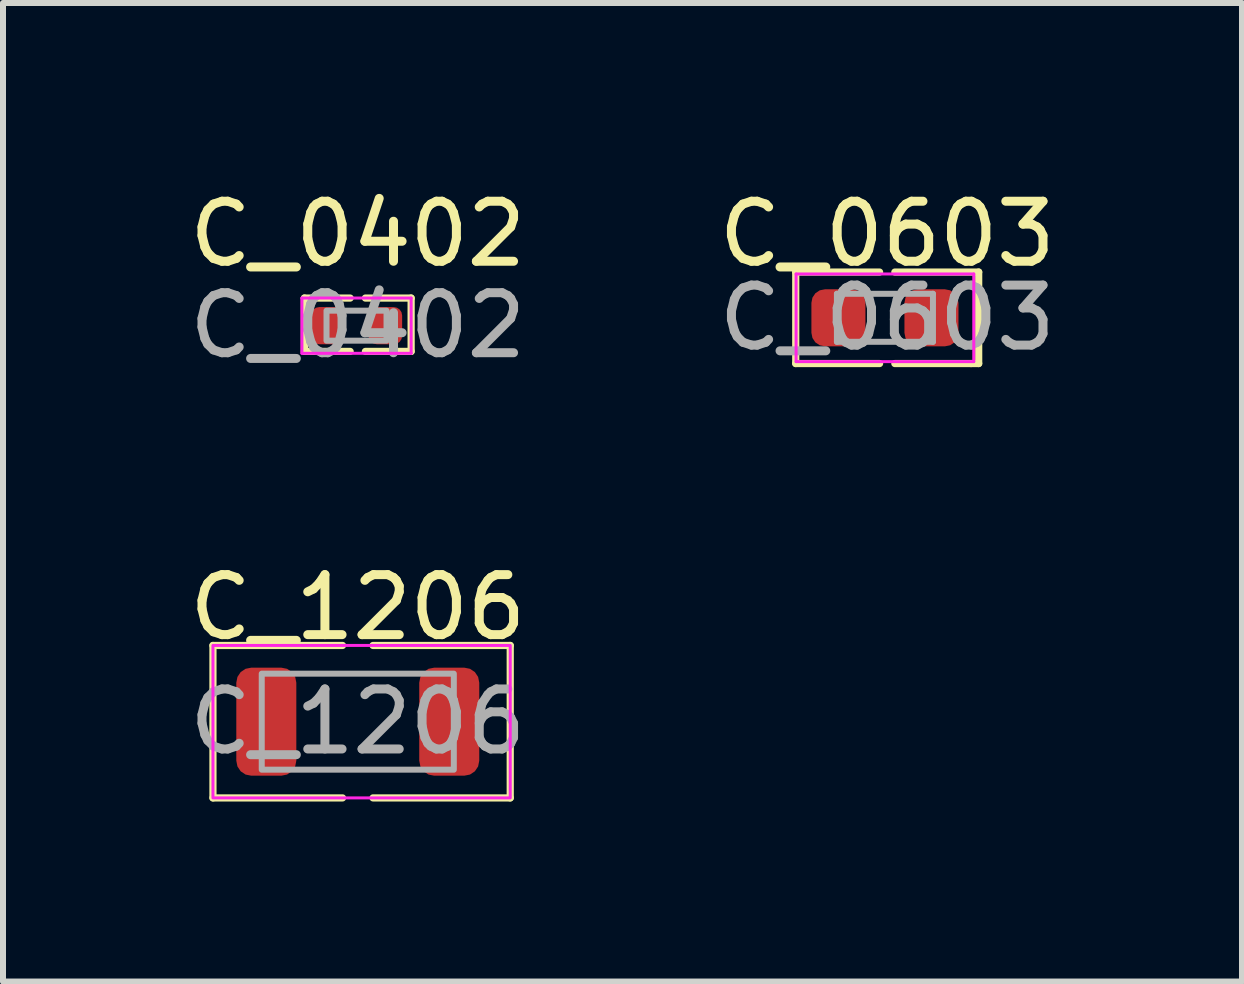
<source format=kicad_pcb>
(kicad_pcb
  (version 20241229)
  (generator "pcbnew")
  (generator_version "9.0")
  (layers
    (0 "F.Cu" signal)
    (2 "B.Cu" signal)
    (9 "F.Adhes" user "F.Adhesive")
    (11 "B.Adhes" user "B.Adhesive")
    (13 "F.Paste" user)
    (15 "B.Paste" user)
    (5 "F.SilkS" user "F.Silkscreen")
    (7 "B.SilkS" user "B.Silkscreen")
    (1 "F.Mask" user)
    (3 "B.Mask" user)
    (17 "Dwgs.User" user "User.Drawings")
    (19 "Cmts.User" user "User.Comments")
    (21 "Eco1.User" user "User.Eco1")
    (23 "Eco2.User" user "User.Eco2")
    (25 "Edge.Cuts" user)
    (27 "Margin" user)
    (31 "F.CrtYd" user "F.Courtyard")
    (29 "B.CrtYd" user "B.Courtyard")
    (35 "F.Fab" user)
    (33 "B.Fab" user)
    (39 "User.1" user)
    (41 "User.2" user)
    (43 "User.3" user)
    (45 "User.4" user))
  (footprint "C_1206"
    (layer "F.Cu")
    (at 2.911 8.974)
    (property "Reference" "C_1206" (at 0 -1.905 0) (unlocked yes) (layer "F.SilkS") (effects (font (size 1 1) (thickness 0.15))))
    (attr smd)
    (fp_line (start -2.413 1.27) (end -2.413 -1.27) (stroke (width 0.12) (type default)) (layer "F.SilkS"))
    (fp_line (start -2.413 1.27) (end -0.254 1.27) (stroke (width 0.12) (type default)) (layer "F.SilkS"))
    (fp_line (start -0.254 -1.27) (end -2.413 -1.27) (stroke (width 0.12) (type default)) (layer "F.SilkS"))
    (fp_line (start 0.254 -1.27) (end 2.54 -1.27) (stroke (width 0.12) (type default)) (layer "F.SilkS"))
    (fp_line (start 2.54 -1.27) (end 2.54 1.27) (stroke (width 0.12) (type default)) (layer "F.SilkS"))
    (fp_line (start 2.54 1.27) (end 0.254 1.27) (stroke (width 0.12) (type default)) (layer "F.SilkS"))
    (fp_rect (start -2.413 -1.27) (end 2.54 1.27) (stroke (width 0.05) (type default)) (fill no) (layer "F.CrtYd"))
    (fp_rect (start -1.6 -0.8) (end 1.6 0.8) (stroke (width 0.1) (type default)) (fill no) (layer "F.Fab"))
    (fp_text user "${REFERENCE}" (at 0 0 0) (unlocked yes) (layer "F.Fab") (effects (font (size 1 1) (thickness 0.15))))
    (pad "1" smd roundrect (at -1.524 0) (size 1 1.8) (layers "F.Cu" "F.Mask" "F.Paste") (roundrect_rratio 0.25))
    (pad "2" smd roundrect (at 1.524 0) (size 1 1.8) (layers "F.Cu" "F.Mask" "F.Paste") (roundrect_rratio 0.25)))
  (footprint "C_0603"
    (layer "F.Cu")
    (at 11.732 2.245)
    (property "Reference" "C_0603" (at 0 -1.397 0) (unlocked yes) (layer "F.SilkS") (effects (font (size 1 1) (thickness 0.15))))
    (attr smd)
    (fp_line (start -1.524 -0.762) (end -1.524 0.762) (stroke (width 0.12) (type default)) (layer "F.SilkS"))
    (fp_line (start -1.524 0.762) (end -0.127 0.762) (stroke (width 0.12) (type default)) (layer "F.SilkS"))
    (fp_line (start -0.127 -0.762) (end -1.524 -0.762) (stroke (width 0.12) (type default)) (layer "F.SilkS"))
    (fp_line (start 0.127 0.762) (end 1.397 0.762) (stroke (width 0.12) (type default)) (layer "F.SilkS"))
    (fp_line (start 1.397 0.762) (end 1.524 0.762) (stroke (width 0.12) (type default)) (layer "F.SilkS"))
    (fp_line (start 1.524 -0.762) (end 0.127 -0.762) (stroke (width 0.12) (type default)) (layer "F.SilkS"))
    (fp_line (start 1.524 0.762) (end 1.524 -0.762) (stroke (width 0.12) (type default)) (layer "F.SilkS"))
    (fp_line (start -1.518 -0.73) (end 1.442 -0.73) (stroke (width 0.05) (type solid)) (layer "F.CrtYd"))
    (fp_line (start -1.518 0.73) (end -1.518 -0.73) (stroke (width 0.05) (type solid)) (layer "F.CrtYd"))
    (fp_line (start 1.442 -0.73) (end 1.442 0.73) (stroke (width 0.05) (type solid)) (layer "F.CrtYd"))
    (fp_line (start 1.442 0.73) (end -1.518 0.73) (stroke (width 0.05) (type solid)) (layer "F.CrtYd"))
    (fp_line (start -0.838 -0.4) (end 0.762 -0.4) (stroke (width 0.1) (type solid)) (layer "F.Fab"))
    (fp_line (start -0.838 0.4) (end -0.838 -0.4) (stroke (width 0.1) (type solid)) (layer "F.Fab"))
    (fp_line (start 0.762 -0.4) (end 0.762 0.4) (stroke (width 0.1) (type solid)) (layer "F.Fab"))
    (fp_line (start 0.762 0.4) (end -0.838 0.4) (stroke (width 0.1) (type solid)) (layer "F.Fab"))
    (fp_text user "${REFERENCE}" (at 0 0 0) (unlocked yes) (layer "F.Fab") (effects (font (size 1 1) (thickness 0.15))))
    (pad "1" smd roundrect (at -0.813 0) (size 0.9 0.95) (layers "F.Cu" "F.Mask" "F.Paste") (roundrect_rratio 0.25))
    (pad "2" smd roundrect (at 0.737 0) (size 0.9 0.95) (layers "F.Cu" "F.Mask" "F.Paste") (roundrect_rratio 0.25)))
  (footprint "C_0402"
    (layer "F.Cu")
    (at 2.911 2.372)
    (property "Reference" "C_0402" (at 0 -1.524 0) (unlocked yes) (layer "F.SilkS") (effects (font (size 1 1) (thickness 0.15))))
    (attr smd)
    (fp_line (start -0.889 -0.456) (end -0.889 0.433) (stroke (width 0.12) (type default)) (layer "F.SilkS"))
    (fp_line (start -0.889 0.433) (end -0.127 0.433) (stroke (width 0.12) (type default)) (layer "F.SilkS"))
    (fp_line (start -0.127 -0.456) (end -0.889 -0.456) (stroke (width 0.12) (type default)) (layer "F.SilkS"))
    (fp_line (start 0.127 0.433) (end 0.889 0.433) (stroke (width 0.12) (type default)) (layer "F.SilkS"))
    (fp_line (start 0.889 -0.456) (end 0.127 -0.456) (stroke (width 0.12) (type default)) (layer "F.SilkS"))
    (fp_line (start 0.889 0.433) (end 0.889 -0.456) (stroke (width 0.12) (type default)) (layer "F.SilkS"))
    (fp_line (start -0.931 -0.456) (end 0.889 -0.456) (stroke (width 0.05) (type solid)) (layer "F.CrtYd"))
    (fp_line (start -0.931 0.464) (end -0.931 -0.456) (stroke (width 0.05) (type solid)) (layer "F.CrtYd"))
    (fp_line (start 0.889 -0.456) (end 0.889 0.464) (stroke (width 0.05) (type solid)) (layer "F.CrtYd"))
    (fp_line (start 0.889 0.464) (end -0.931 0.464) (stroke (width 0.05) (type solid)) (layer "F.CrtYd"))
    (fp_rect (start 0.479 -0.246) (end -0.521 0.254) (stroke (width 0.1) (type default)) (fill no) (layer "F.Fab"))
    (fp_text user "${REFERENCE}" (at 0 0 0) (unlocked yes) (layer "F.Fab") (effects (font (size 1 1) (thickness 0.15))))
    (pad "1" smd roundrect (at -0.501 0.004) (size 0.56 0.62) (layers "F.Cu" "F.Mask" "F.Paste") (roundrect_rratio 0.25))
    (pad "2" smd roundrect (at 0.459 0.004) (size 0.56 0.62) (layers "F.Cu" "F.Mask" "F.Paste") (roundrect_rratio 0.25)))
  (gr_rect
    (start -3 -3)
    (end 17.643 13.304)
    (stroke (width 0.1) (type default))
    (fill no)
    (layer "Edge.Cuts")))
</source>
